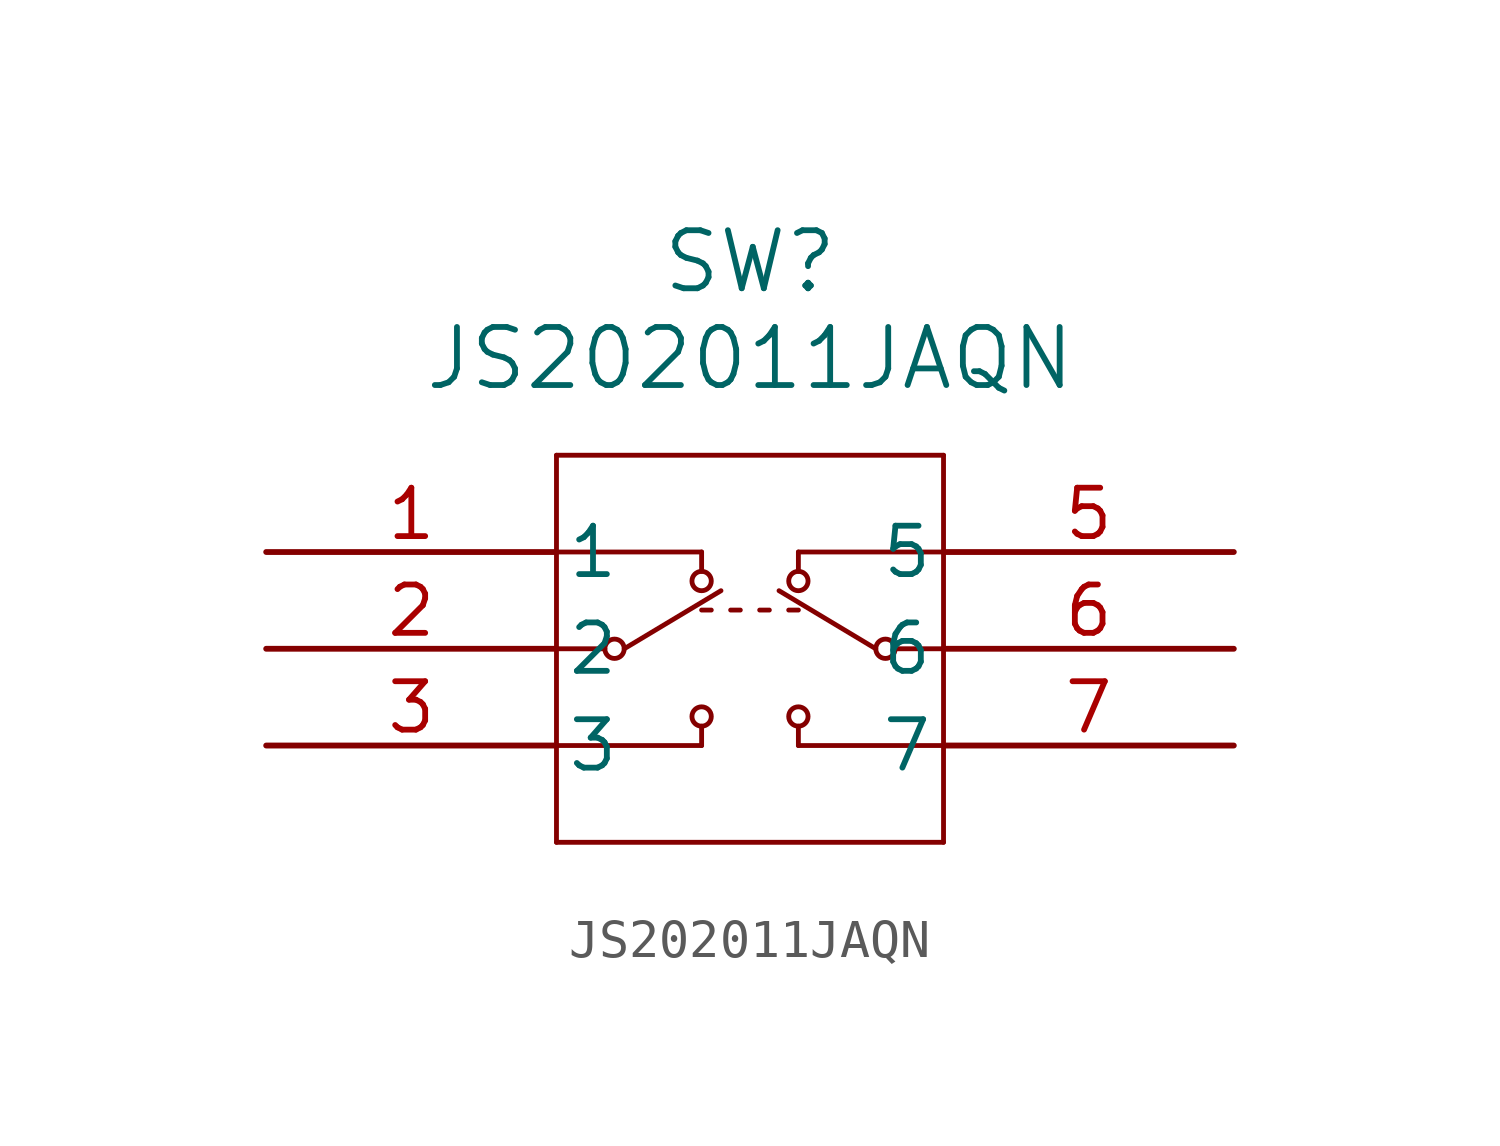
<source format=kicad_sym>
(kicad_symbol_lib
  (version 20211014)
  (generator kicad_symbol_editor)
  (symbol "JS202011JAQN"
    (pin_names
      (offset 0.254))
    (property "Reference" "SW"
      (at 12.7 7.62 0)
      (effects (font (size 1.524 1.524))))
    (property "Value" "JS202011JAQN"
      (at 12.7 5.08 0)
      (effects (font (size 1.524 1.524))))
    (symbol "JS202011JAQN_0_1"
      (polyline (pts (xy 7.62 2.54) (xy 7.62 -7.62)) (stroke (width 0.127) (type default) (color 0 0 0 0)) (fill (type none)))
      (polyline (pts (xy 7.62 -7.62) (xy 17.78 -7.62)) (stroke (width 0.127) (type default) (color 0 0 0 0)) (fill (type none)))
      (polyline (pts (xy 17.78 -7.62) (xy 17.78 2.54)) (stroke (width 0.127) (type default) (color 0 0 0 0)) (fill (type none)))
      (polyline (pts (xy 17.78 2.54) (xy 7.62 2.54)) (stroke (width 0.127) (type default) (color 0 0 0 0)) (fill (type none)))
      (polyline (pts (xy 7.62 -2.54) (xy 8.89 -2.54)) (stroke (width 0.127) (type default) (color 0 0 0 0)) (fill (type none)))
      (polyline (pts (xy 7.62 0) (xy 11.43 0)) (stroke (width 0.127) (type default) (color 0 0 0 0)) (fill (type none)))
      (polyline (pts (xy 7.62 -5.08) (xy 11.43 -5.08)) (stroke (width 0.127) (type default) (color 0 0 0 0)) (fill (type none)))
      (polyline (pts (xy 11.43 0) (xy 11.43 -0.508)) (stroke (width 0.127) (type default) (color 0 0 0 0)) (fill (type none)))
      (polyline (pts (xy 11.43 -4.572) (xy 11.43 -5.08)) (stroke (width 0.127) (type default) (color 0 0 0 0)) (fill (type none)))
      (circle (center 9.144 -2.54) (radius 0.254) (stroke (width 0.127) (type default) (color 0 0 0 0)) (fill (type none)))
      (circle (center 11.43 -0.762) (radius 0.254) (stroke (width 0.127) (type default) (color 0 0 0 0)) (fill (type none)))
      (circle (center 11.43 -4.318) (radius 0.254) (stroke (width 0.127) (type default) (color 0 0 0 0)) (fill (type none)))
      (polyline (pts (xy 9.398 -2.54) (xy 11.938 -1.016)) (stroke (width 0.127) (type default) (color 0 0 0 0)) (fill (type none)))
      (polyline (pts (xy 17.78 -2.54) (xy 16.51 -2.54)) (stroke (width 0.127) (type default) (color 0 0 0 0)) (fill (type none)))
      (polyline (pts (xy 17.78 0) (xy 13.97 0)) (stroke (width 0.127) (type default) (color 0 0 0 0)) (fill (type none)))
      (polyline (pts (xy 17.78 -5.08) (xy 13.97 -5.08)) (stroke (width 0.127) (type default) (color 0 0 0 0)) (fill (type none)))
      (polyline (pts (xy 13.97 0) (xy 13.97 -0.508)) (stroke (width 0.127) (type default) (color 0 0 0 0)) (fill (type none)))
      (polyline (pts (xy 13.97 -4.572) (xy 13.97 -5.08)) (stroke (width 0.127) (type default) (color 0 0 0 0)) (fill (type none)))
      (circle (center 16.256 -2.54) (radius 0.254) (stroke (width 0.127) (type default) (color 0 0 0 0)) (fill (type none)))
      (circle (center 13.97 -0.762) (radius 0.254) (stroke (width 0.127) (type default) (color 0 0 0 0)) (fill (type none)))
      (circle (center 13.97 -4.318) (radius 0.254) (stroke (width 0.127) (type default) (color 0 0 0 0)) (fill (type none)))
      (polyline (pts (xy 16.002 -2.54) (xy 13.462 -1.016)) (stroke (width 0.127) (type default) (color 0 0 0 0)) (fill (type none)))
      (polyline (pts (xy 11.43 -1.524) (xy 11.684 -1.524)) (stroke (width 0.127) (type default) (color 0 0 0 0)) (fill (type none)))
      (polyline (pts (xy 12.192 -1.524) (xy 12.446 -1.524)) (stroke (width 0.127) (type default) (color 0 0 0 0)) (fill (type none)))
      (polyline (pts (xy 12.954 -1.524) (xy 13.208 -1.524)) (stroke (width 0.127) (type default) (color 0 0 0 0)) (fill (type none)))
      (polyline (pts (xy 13.716 -1.524) (xy 13.97 -1.524)) (stroke (width 0.127) (type default) (color 0 0 0 0)) (fill (type none)))
      (pin unspecified line (at 0 0 0) (length 7.62) (name "1" (effects (font (size 1.27 1.27)))) (number "1" (effects (font (size 1.27 1.27)))))
      (pin unspecified line (at 0 -2.54 0) (length 7.62) (name "2" (effects (font (size 1.27 1.27)))) (number "2" (effects (font (size 1.27 1.27)))))
      (pin unspecified line (at 0 -5.08 0) (length 7.62) (name "3" (effects (font (size 1.27 1.27)))) (number "3" (effects (font (size 1.27 1.27)))))
      (pin unspecified line (at 25.4 0 180) (length 7.62) (name "5" (effects (font (size 1.27 1.27)))) (number "5" (effects (font (size 1.27 1.27)))))
      (pin unspecified line (at 25.4 -2.54 180) (length 7.62) (name "6" (effects (font (size 1.27 1.27)))) (number "6" (effects (font (size 1.27 1.27)))))
      (pin unspecified line (at 25.4 -5.08 180) (length 7.62) (name "7" (effects (font (size 1.27 1.27)))) (number "7" (effects (font (size 1.27 1.27))))))))
</source>
